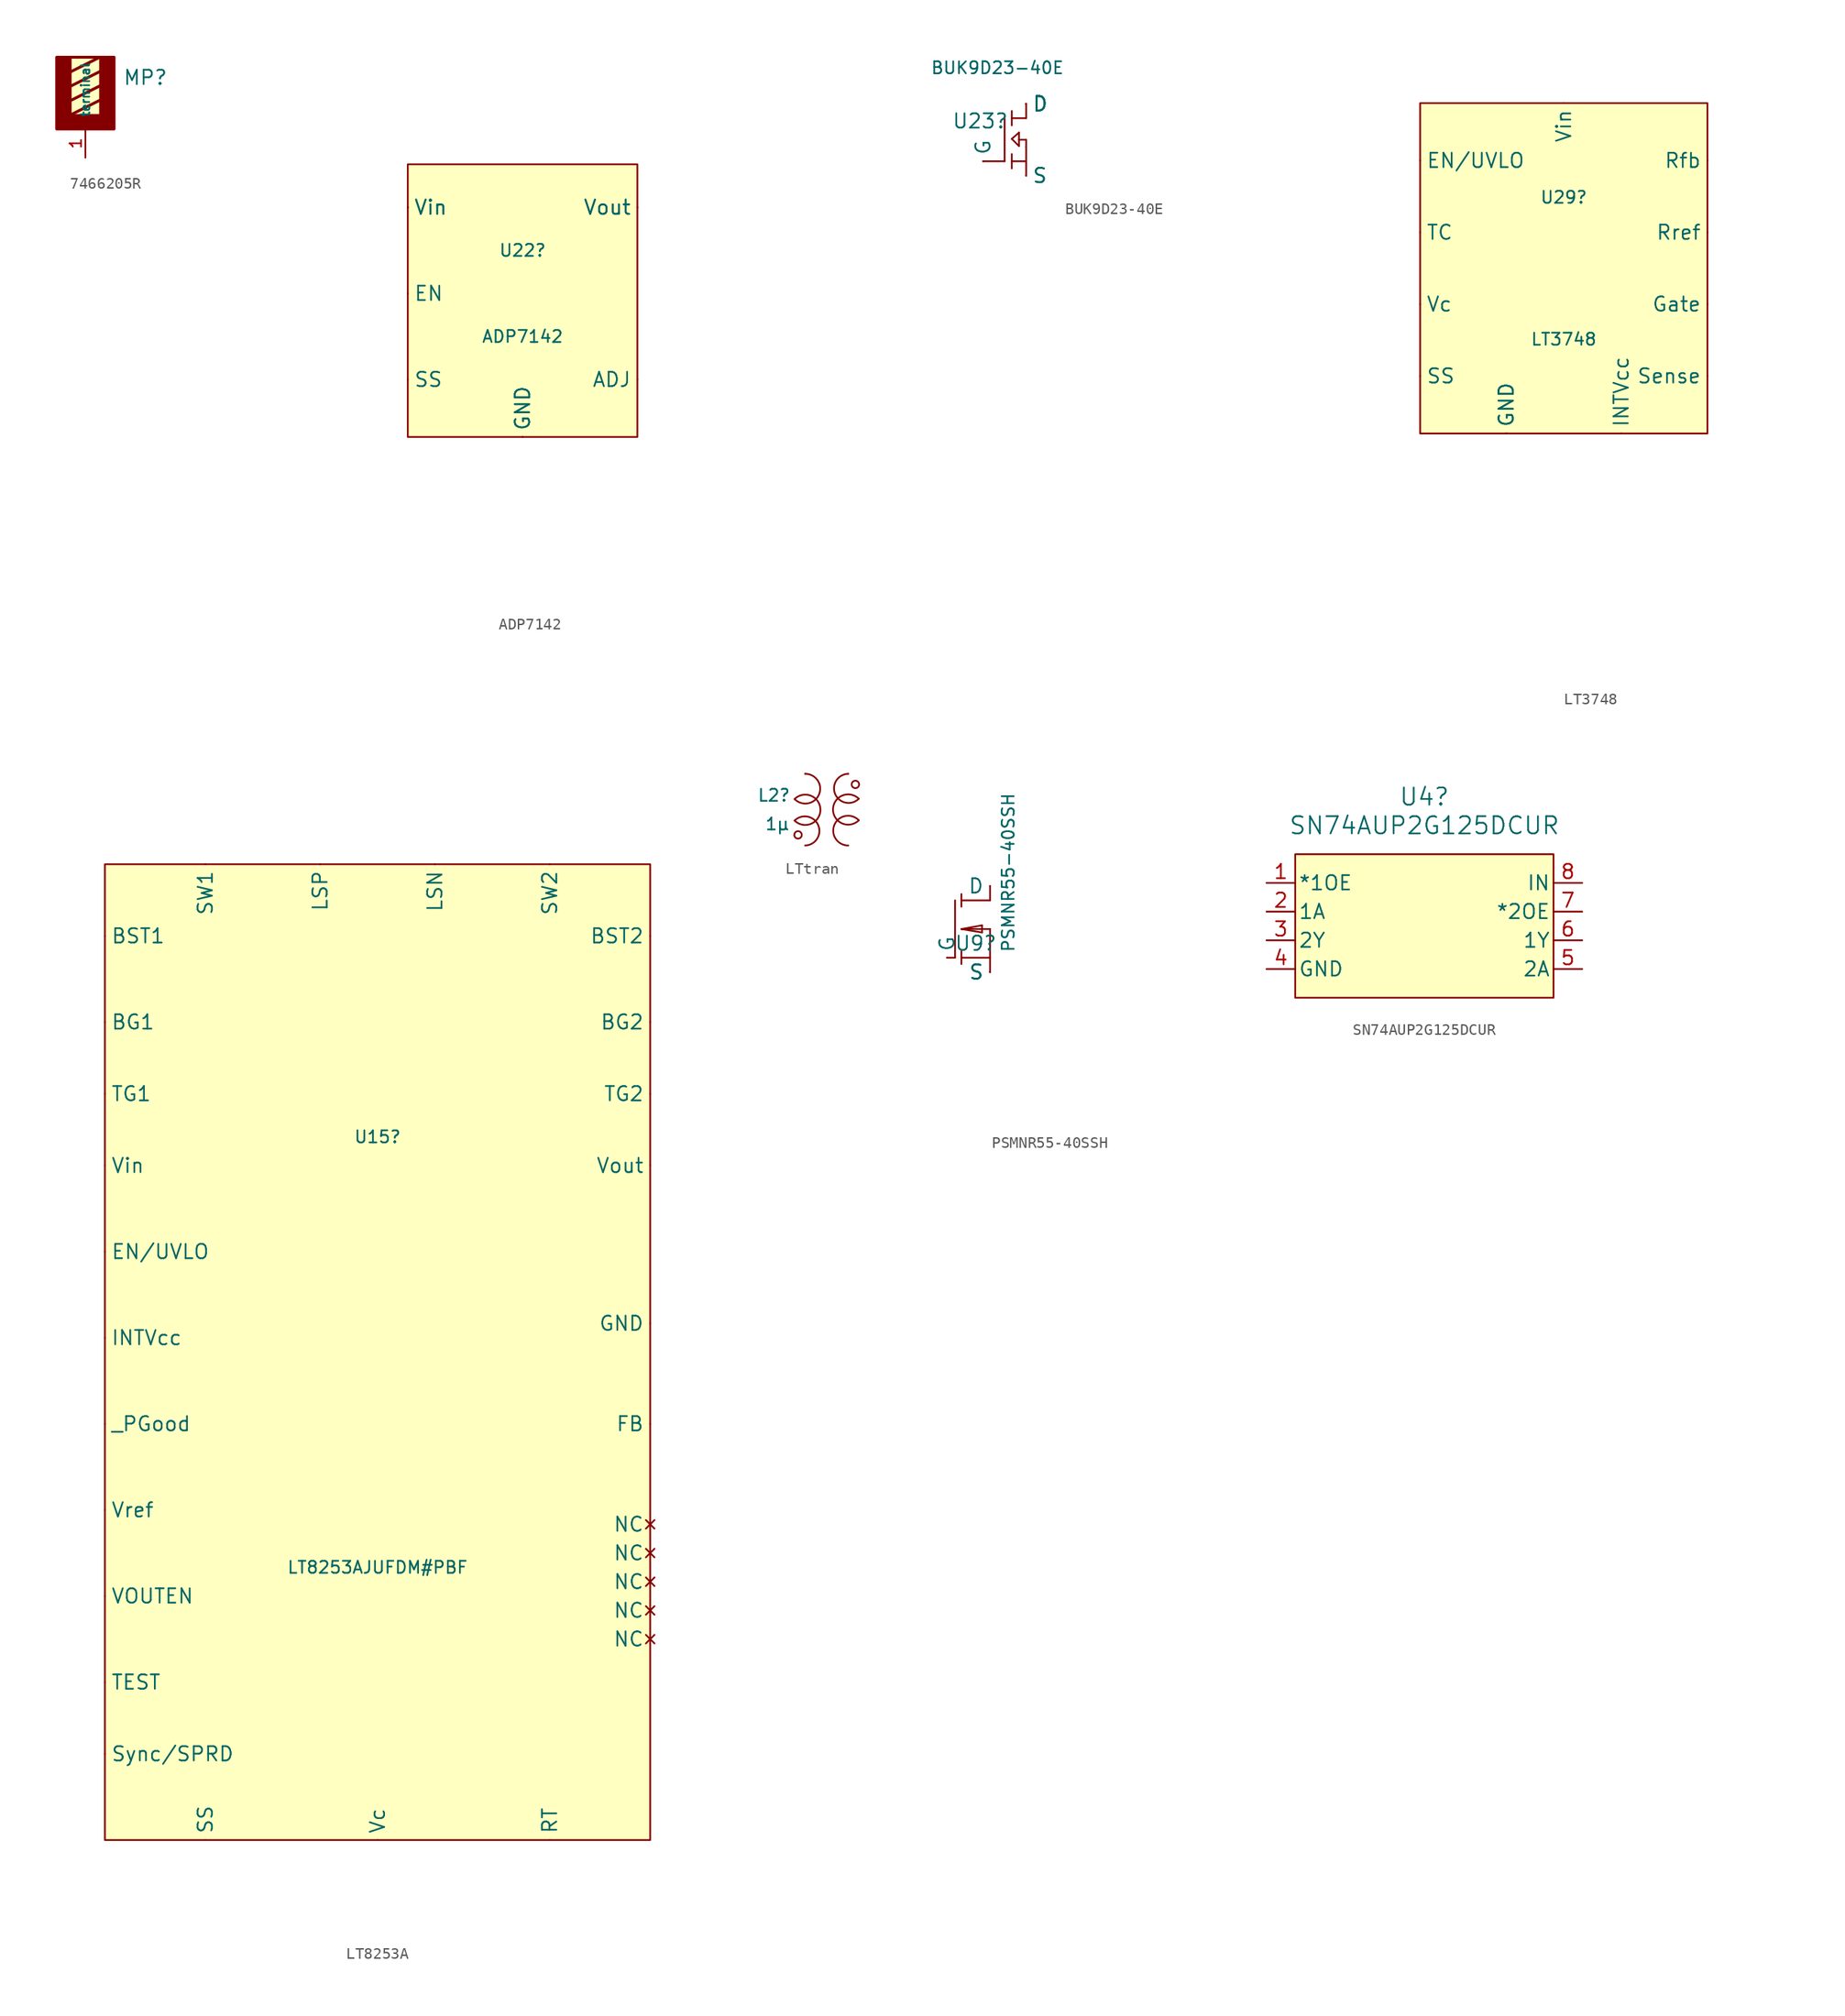
<source format=kicad_sym>
(kicad_symbol_lib
  (version 20231120)
  (generator "kicad_symbol_editor")
  (generator_version "8.0")
  (symbol "7466205R"
    (pin_names
      (offset 1.016))
    (property "Reference" "MP"
      (at 3.302 1.27 0)
      (effects (font (size 1.27 1.27)) (justify left bottom)))
    (symbol "7466205R_0_0"
      (rectangle (start -2.54 -2.54) (end 2.54 -1.27) (stroke (width 0.1) (type default)) (fill (type outline)))
      (rectangle (start -2.54 -2.54) (end 2.54 3.81) (stroke (width 0.254) (type default)) (fill (type background)))
      (rectangle (start -2.54 -1.27) (end -1.27 3.81) (stroke (width 0.1) (type default)) (fill (type outline)))
      (polyline (pts (xy -1.27 2.54) (xy 1.27 3.81)) (stroke (width 0.254) (type default)) (fill (type none)))
      (polyline (pts (xy 1.27 0) (xy -1.27 -1.27)) (stroke (width 0.254) (type default)) (fill (type none)))
      (polyline (pts (xy 1.27 1.27) (xy -1.27 0)) (stroke (width 0.254) (type default)) (fill (type none)))
      (polyline (pts (xy 1.27 2.54) (xy -1.27 1.27)) (stroke (width 0.254) (type default)) (fill (type none)))
      (rectangle (start 1.27 -1.27) (end 2.54 3.81) (stroke (width 0.1) (type default)) (fill (type outline))))
    (symbol "7466205R_1_0"
      (pin passive line (at 0 -5.08 90) (length 2.54) (name "terminal" (effects (font (size 0.762 0.762)))) (number "1" (effects (font (size 1.016 1.016)))))))
  (symbol "ADP7142"
    (pin_numbers hide)
    (property "Reference" "U22"
      (at 0 3.81 0)
      (effects (font (size 1.067 1.067))))
    (property "Value" "ADP7142"
      (at 0 -3.81 0)
      (effects (font (size 1.067 1.067))))
    (symbol "ADP7142_1_0"
      (rectangle (start -10.16 11.43) (end 10.16 -12.7) (stroke (width 0.152) (type solid)) (fill (type background)))
      (pin passive line (at 10.16 7.62 180) (length 0.001) (name "Vout" (effects (font (size 1.27 1.27)))) (number "1" (effects (font (size 1.27 1.27)))))
      (pin passive line (at 10.16 7.62 180) (length 0.001) (name "Vout" (effects (font (size 1.27 1.27)))) (number "2" (effects (font (size 1.27 1.27)))))
      (pin passive line (at 10.16 -7.62 180) (length 0.001) (name "ADJ" (effects (font (size 1.27 1.27)))) (number "3" (effects (font (size 1.27 1.27)))))
      (pin passive line (at 0 -12.7 90) (length 0.001) (name "GND" (effects (font (size 1.27 1.27)))) (number "4" (effects (font (size 1.27 1.27)))))
      (pin passive line (at -10.16 0 0) (length 0.001) (name "EN" (effects (font (size 1.27 1.27)))) (number "5" (effects (font (size 1.27 1.27)))))
      (pin passive line (at -10.16 -7.62 0) (length 0.001) (name "SS" (effects (font (size 1.27 1.27)))) (number "6" (effects (font (size 1.27 1.27)))))
      (pin passive line (at -10.16 7.62 0) (length 0.001) (name "Vin" (effects (font (size 1.27 1.27)))) (number "7" (effects (font (size 1.27 1.27)))))
      (pin passive line (at -10.16 7.62 0) (length 0.001) (name "Vin" (effects (font (size 1.27 1.27)))) (number "8" (effects (font (size 1.27 1.27)))))
      (pin passive line (at 0 -12.7 90) (length 0.001) (name "GND" (effects (font (size 1.27 1.27)))) (number "9" (effects (font (size 1.27 1.27))))))
    (symbol "ADP7142_1_1"
      (text_box private "2 pins stacked GND\nOne is center pad (9)\n" (at 2.54 -15.24 0) (size 21.59 -8.89) (stroke (width 0) (type default)) (fill (type none)) (effects (font (size 1.27 1.27)) (justify left top)))
      (text_box private "2 pins stacked VIN\n" (at -22.86 17.78 0) (size 11.43 -7.62) (stroke (width 0) (type default)) (fill (type none)) (effects (font (size 1.27 1.27)) (justify left top)))
      (text_box private "2 pins stacked VOUT\n" (at 12.7 5.08 0) (size 11.43 -7.62) (stroke (width 0) (type default)) (fill (type none)) (effects (font (size 1.27 1.27)) (justify left top)))))
  (symbol "BUK9D23-40E"
    (pin_numbers hide)
    (property "Reference" "U23"
      (at -1.524 3.556 0)
      (effects (font (size 1.27 1.27))))
    (property "Value" "BUK9D23-40E"
      (at 0 8.89 0)
      (effects (font (size 1.067 1.067)) (justify top)))
    (symbol "BUK9D23-40E_0_0"
      (polyline (pts (xy 0.635 0) (xy -1.27 0)) (stroke (width 0.152) (type solid)) (fill (type none)))
      (polyline (pts (xy 0.635 0) (xy 0.635 3.81)) (stroke (width 0.152) (type solid)) (fill (type none)))
      (polyline (pts (xy 1.27 -0.635) (xy 1.27 0.635)) (stroke (width 0.152) (type solid)) (fill (type none)))
      (polyline (pts (xy 1.27 1.981) (xy 1.905 2.54)) (stroke (width 0.152) (type solid)) (fill (type none)))
      (polyline (pts (xy 1.27 3.175) (xy 1.27 4.445)) (stroke (width 0.152) (type solid)) (fill (type none)))
      (polyline (pts (xy 1.905 1.346) (xy 1.27 1.981)) (stroke (width 0.152) (type solid)) (fill (type none)))
      (polyline (pts (xy 1.905 2.54) (xy 1.905 1.346)) (stroke (width 0.152) (type solid)) (fill (type none)))
      (polyline (pts (xy 2.54 -1.27) (xy 2.54 1.27)) (stroke (width 0.152) (type solid)) (fill (type none)))
      (polyline (pts (xy 2.54 0) (xy 1.27 0)) (stroke (width 0.152) (type solid)) (fill (type none)))
      (polyline (pts (xy 2.54 1.27) (xy 2.54 1.905)) (stroke (width 0.152) (type solid)) (fill (type none)))
      (polyline (pts (xy 2.54 1.905) (xy 1.905 1.905)) (stroke (width 0.152) (type solid)) (fill (type none)))
      (polyline (pts (xy 2.54 3.81) (xy 1.27 3.81)) (stroke (width 0.152) (type solid)) (fill (type none)))
      (polyline (pts (xy 2.54 5.08) (xy 2.54 3.81)) (stroke (width 0.152) (type solid)) (fill (type none))))
    (symbol "BUK9D23-40E_1_0"
      (pin passive line (at 2.54 5.08 0) (length 0.001) (name "D" (effects (font (size 1.27 1.27)))) (number "1" (effects (font (size 1.27 1.27)))))
      (pin passive line (at 2.54 5.08 0) (length 0.001) (name "D" (effects (font (size 1.27 1.27)))) (number "2" (effects (font (size 1.27 1.27)))))
      (pin passive line (at -1.27 0 90) (length 0.001) (name "G" (effects (font (size 1.27 1.27)))) (number "3" (effects (font (size 1.27 1.27)))))
      (pin passive line (at 2.54 -1.27 0) (length 0.001) (name "S" (effects (font (size 1.27 1.27)))) (number "4" (effects (font (size 1.27 1.27)))))
      (pin passive line (at 2.54 5.08 0) (length 0.001) (name "D" (effects (font (size 1.27 1.27)))) (number "5" (effects (font (size 1.27 1.27)))))
      (pin passive line (at 2.54 5.08 0) (length 0.001) (name "D" (effects (font (size 1.27 1.27)))) (number "6" (effects (font (size 1.27 1.27)))))
      (pin passive line (at 2.54 5.08 0) (length 0.001) (name "D" (effects (font (size 1.27 1.27)))) (number "7" (effects (font (size 1.27 1.27)))))
      (pin passive line (at 2.54 -1.27 0) (length 0.001) (name "S" (effects (font (size 1.27 1.27)))) (number "8" (effects (font (size 1.27 1.27))))))
    (symbol "BUK9D23-40E_1_1"
      (text_box private "There are 8 pins.  They are stacked" (at 7.62 5.08 0) (size 19.05 -6.35) (stroke (width 0) (type default)) (fill (type none)) (effects (font (size 1.27 1.27)) (justify left top)))))
  (symbol "LT3748"
    (pin_numbers hide)
    (property "Reference" "U29"
      (at 0 5.639 0)
      (effects (font (size 1.067 1.067))))
    (property "Value" "LT3748"
      (at 0 -6.909 0)
      (effects (font (size 1.067 1.067))))
    (symbol "LT3748_1_0"
      (rectangle (start -12.7 13.97) (end 12.7 -15.24) (stroke (width 0.152) (type solid)) (fill (type background)))
      (pin passive line (at 0 13.97 270) (length 0.001) (name "Vin" (effects (font (size 1.27 1.27)))) (number "1" (effects (font (size 1.27 1.27)))))
      (pin passive line (at -12.7 -10.16 0) (length 0.001) (name "SS" (effects (font (size 1.27 1.27)))) (number "10" (effects (font (size 1.27 1.27)))))
      (pin passive line (at -12.7 -3.81 0) (length 0.001) (name "Vc" (effects (font (size 1.27 1.27)))) (number "11" (effects (font (size 1.27 1.27)))))
      (pin passive line (at -12.7 2.54 0) (length 0.001) (name "TC" (effects (font (size 1.27 1.27)))) (number "12" (effects (font (size 1.27 1.27)))))
      (pin passive line (at 12.7 2.54 180) (length 0.001) (name "Rref" (effects (font (size 1.27 1.27)))) (number "14" (effects (font (size 1.27 1.27)))))
      (pin passive line (at 12.7 8.89 180) (length 0.001) (name "Rfb" (effects (font (size 1.27 1.27)))) (number "16" (effects (font (size 1.27 1.27)))))
      (pin passive line (at -12.7 8.89 0) (length 0.001) (name "EN/UVLO" (effects (font (size 1.27 1.27)))) (number "3" (effects (font (size 1.27 1.27)))))
      (pin passive line (at 5.08 -15.24 90) (length 0.001) (name "INTVcc" (effects (font (size 1.27 1.27)))) (number "5" (effects (font (size 1.27 1.27)))))
      (pin passive line (at 12.7 -3.81 180) (length 0.001) (name "Gate" (effects (font (size 1.27 1.27)))) (number "6" (effects (font (size 1.27 1.27)))))
      (pin passive line (at 12.7 -10.16 180) (length 0.001) (name "Sense" (effects (font (size 1.27 1.27)))) (number "7" (effects (font (size 1.27 1.27)))))
      (pin passive line (at -5.08 -15.24 90) (length 0.001) (name "GND" (effects (font (size 1.27 1.27)))) (number "8" (effects (font (size 1.27 1.27)))))
      (pin passive line (at -5.08 -15.24 90) (length 0.001) (name "GND" (effects (font (size 1.27 1.27)))) (number "9" (effects (font (size 1.27 1.27))))))
    (symbol "LT3748_1_1"
      (text_box private "2 gnd pins stacked\n8 and 9" (at -11.43 -22.86 0) (size 29.21 -10.16) (stroke (width 0) (type default)) (fill (type none)) (effects (font (size 1.27 1.27)) (justify left top)))))
  (symbol "LT8253A"
    (pin_numbers hide)
    (property "Reference" "U15"
      (at 0 19.05 0)
      (effects (font (size 1.067 1.067))))
    (property "Value" "LT8253AJUFDM#PBF"
      (at 0 -19.05 0)
      (effects (font (size 1.067 1.067))))
    (symbol "LT8253A_1_0"
      (rectangle (start -24.13 43.18) (end 24.13 -43.18) (stroke (width 0.152) (type solid)) (fill (type background)))
      (pin passive line (at -24.13 22.86 0) (length 0.001) (name "TG1" (effects (font (size 1.27 1.27)))) (number "1" (effects (font (size 1.27 1.27)))))
      (pin no_connect line (at 24.13 -15.24 180) (length 0.001) (name "NC" (effects (font (size 1.27 1.27)))) (number "10" (effects (font (size 1.27 1.27)))))
      (pin no_connect line (at 24.13 -17.78 180) (length 0.001) (name "NC" (effects (font (size 1.27 1.27)))) (number "11" (effects (font (size 1.27 1.27)))))
      (pin no_connect line (at 24.13 -22.86 180) (length 0.001) (name "NC" (effects (font (size 1.27 1.27)))) (number "12" (effects (font (size 1.27 1.27)))))
      (pin no_connect line (at 24.13 -25.4 180) (length 0.001) (name "NC" (effects (font (size 1.27 1.27)))) (number "13" (effects (font (size 1.27 1.27)))))
      (pin passive line (at -24.13 -6.35 0) (length 0.001) (name "_PGood" (effects (font (size 1.27 1.27)))) (number "14" (effects (font (size 1.27 1.27)))))
      (pin passive line (at -15.24 -43.18 90) (length 0.001) (name "SS" (effects (font (size 1.27 1.27)))) (number "15" (effects (font (size 1.27 1.27)))))
      (pin passive line (at 24.13 -6.35 180) (length 0.001) (name "FB" (effects (font (size 1.27 1.27)))) (number "16" (effects (font (size 1.27 1.27)))))
      (pin passive line (at 0 -43.18 90) (length 0.001) (name "Vc" (effects (font (size 1.27 1.27)))) (number "17" (effects (font (size 1.27 1.27)))))
      (pin passive line (at 15.24 -43.18 90) (length 0.001) (name "RT" (effects (font (size 1.27 1.27)))) (number "18" (effects (font (size 1.27 1.27)))))
      (pin passive line (at -24.13 -35.56 0) (length 0.001) (name "Sync/SPRD" (effects (font (size 1.27 1.27)))) (number "19" (effects (font (size 1.27 1.27)))))
      (pin passive line (at -5.08 43.18 270) (length 0.001) (name "LSP" (effects (font (size 1.27 1.27)))) (number "2" (effects (font (size 1.27 1.27)))))
      (pin no_connect line (at 24.13 -20.32 180) (length 0.001) (name "NC" (effects (font (size 1.27 1.27)))) (number "20" (effects (font (size 1.27 1.27)))))
      (pin passive line (at 24.13 16.51 180) (length 0.001) (name "Vout" (effects (font (size 1.27 1.27)))) (number "21" (effects (font (size 1.27 1.27)))))
      (pin passive line (at 24.13 22.86 180) (length 0.001) (name "TG2" (effects (font (size 1.27 1.27)))) (number "22" (effects (font (size 1.27 1.27)))))
      (pin passive line (at 15.24 43.18 270) (length 0.001) (name "SW2" (effects (font (size 1.27 1.27)))) (number "23" (effects (font (size 1.27 1.27)))))
      (pin passive line (at 24.13 36.83 180) (length 0.001) (name "BST2" (effects (font (size 1.27 1.27)))) (number "24" (effects (font (size 1.27 1.27)))))
      (pin passive line (at 24.13 29.21 180) (length 0.001) (name "BG2" (effects (font (size 1.27 1.27)))) (number "25" (effects (font (size 1.27 1.27)))))
      (pin passive line (at -24.13 29.21 0) (length 0.001) (name "BG1" (effects (font (size 1.27 1.27)))) (number "26" (effects (font (size 1.27 1.27)))))
      (pin passive line (at -24.13 36.83 0) (length 0.001) (name "BST1" (effects (font (size 1.27 1.27)))) (number "27" (effects (font (size 1.27 1.27)))))
      (pin passive line (at -15.24 43.18 270) (length 0.001) (name "SW1" (effects (font (size 1.27 1.27)))) (number "28" (effects (font (size 1.27 1.27)))))
      (pin passive line (at 24.13 2.54 180) (length 0.001) (name "GND" (effects (font (size 1.27 1.27)))) (number "29" (effects (font (size 1.27 1.27)))))
      (pin passive line (at 5.08 43.18 270) (length 0.001) (name "LSN" (effects (font (size 1.27 1.27)))) (number "3" (effects (font (size 1.27 1.27)))))
      (pin passive line (at -24.13 16.51 0) (length 0.001) (name "Vin" (effects (font (size 1.27 1.27)))) (number "4" (effects (font (size 1.27 1.27)))))
      (pin passive line (at -24.13 1.27 0) (length 0.001) (name "INTVcc" (effects (font (size 1.27 1.27)))) (number "5" (effects (font (size 1.27 1.27)))))
      (pin passive line (at -24.13 8.89 0) (length 0.001) (name "EN/UVLO" (effects (font (size 1.27 1.27)))) (number "6" (effects (font (size 1.27 1.27)))))
      (pin passive line (at -24.13 -29.21 0) (length 0.001) (name "TEST" (effects (font (size 1.27 1.27)))) (number "7" (effects (font (size 1.27 1.27)))))
      (pin passive line (at -24.13 -21.59 0) (length 0.001) (name "VOUTEN" (effects (font (size 1.27 1.27)))) (number "8" (effects (font (size 1.27 1.27)))))
      (pin passive line (at -24.13 -13.97 0) (length 0.001) (name "Vref" (effects (font (size 1.27 1.27)))) (number "9" (effects (font (size 1.27 1.27)))))))
  (symbol "LTtran"
    (pin_numbers hide)
    (property "Reference" "L2"
      (at 0 -3.175 0)
      (effects (font (size 1.067 1.067)) (justify right)))
    (property "Value" "1µ"
      (at 0 -5.715 0)
      (effects (font (size 1.067 1.067)) (justify right)))
    (symbol "LTtran_0_0"
      (arc (start 0.3302 -5.4102) (mid 2.6171 -4.436) (end 0.3302 -3.5052) (stroke (width 0.1524) (type solid)) (fill (type none)))
      (arc (start 0.3302 -3.5052) (mid 2.518 -3.0472) (end 1.27 -1.27) (stroke (width 0.1524) (type solid)) (fill (type none)))
      (circle (center 0.635 -6.68) (radius 0.33) (stroke (width 0.152) (type solid)) (fill (type none)))
      (arc (start 1.27 -7.62) (mid 2.4433 -5.864) (end 0.3302 -5.4102) (stroke (width 0.1524) (type solid)) (fill (type none)))
      (arc (start 5.08 -1.27) (mid 3.9232 -3.0667) (end 6.0198 -3.4798) (stroke (width 0.1524) (type solid)) (fill (type none)))
      (circle (center 5.715 -2.21) (radius 0.33) (stroke (width 0.152) (type solid)) (fill (type none)))
      (arc (start 6.0198 -5.3848) (mid 3.8533 -5.7891) (end 5.08 -7.62) (stroke (width 0.1524) (type solid)) (fill (type none)))
      (arc (start 6.0198 -3.4798) (mid 3.7327 -4.4323) (end 6.0198 -5.3848) (stroke (width 0.1524) (type solid)) (fill (type none))))
    (symbol "LTtran_1_0"
      (pin passive line (at 1.27 -1.27 0) (length 0.001) (name "1" (effects (font (size 0 0)))) (number "1" (effects (font (size 1.27 1.27)))))
      (pin passive line (at 5.08 -7.62 180) (length 0.001) (name "2" (effects (font (size 0 0)))) (number "2" (effects (font (size 1.27 1.27)))))
      (pin passive line (at 5.08 -1.27 180) (length 0.001) (name "3" (effects (font (size 0 0)))) (number "3" (effects (font (size 1.27 1.27)))))
      (pin passive line (at 1.27 -7.62 0) (length 0.001) (name "4" (effects (font (size 0 0)))) (number "4" (effects (font (size 1.27 1.27)))))))
  (symbol "PSMNR55-40SSH"
    (pin_numbers hide)
    (property "Reference" "U9"
      (at 0 0 0)
      (effects (font (size 1.27 1.27))))
    (property "Value" "PSMNR55-40SSH"
      (at 3.505 6.274 90)
      (effects (font (size 1.067 1.067)) (justify bottom)))
    (symbol "PSMNR55-40SSH_0_0"
      (polyline (pts (xy -1.829 -1.27) (xy -2.54 -1.27)) (stroke (width 0.152) (type solid)) (fill (type none)))
      (polyline (pts (xy -1.829 3.81) (xy -1.829 -1.27)) (stroke (width 0.152) (type solid)) (fill (type none)))
      (polyline (pts (xy -1.27 -1.829) (xy -1.27 -0.711)) (stroke (width 0.152) (type solid)) (fill (type none)))
      (polyline (pts (xy -1.27 1.27) (xy 0.559 1.6)) (stroke (width 0.152) (type solid)) (fill (type none)))
      (polyline (pts (xy -1.27 3.251) (xy -1.27 4.369)) (stroke (width 0.152) (type solid)) (fill (type none)))
      (polyline (pts (xy 0.559 0.965) (xy -1.27 1.27)) (stroke (width 0.152) (type solid)) (fill (type none)))
      (polyline (pts (xy 0.559 1.6) (xy 0.559 0.965)) (stroke (width 0.152) (type solid)) (fill (type none)))
      (polyline (pts (xy 1.27 -1.27) (xy -1.27 -1.27)) (stroke (width 0.152) (type solid)) (fill (type none)))
      (polyline (pts (xy 1.27 -1.27) (xy 1.27 -2.54)) (stroke (width 0.152) (type solid)) (fill (type none)))
      (polyline (pts (xy 1.27 1.27) (xy -1.27 1.27)) (stroke (width 0.152) (type solid)) (fill (type none)))
      (polyline (pts (xy 1.27 1.27) (xy 1.27 -1.27)) (stroke (width 0.152) (type solid)) (fill (type none)))
      (polyline (pts (xy 1.27 3.81) (xy -1.27 3.81)) (stroke (width 0.152) (type solid)) (fill (type none)))
      (polyline (pts (xy 1.27 5.08) (xy 1.27 3.81)) (stroke (width 0.152) (type solid)) (fill (type none))))
    (symbol "PSMNR55-40SSH_1_0"
      (pin passive line (at -2.54 -1.27 90) (length 0.001) (name "G" (effects (font (size 1.27 1.27)))) (number "1" (effects (font (size 1.27 1.27)))))
      (pin passive line (at 1.27 -2.54 180) (length 0.001) (name "S" (effects (font (size 1.27 1.27)))) (number "2" (effects (font (size 1.27 1.27)))))
      (pin passive line (at 1.27 -2.54 180) (length 0.001) (name "S" (effects (font (size 1.27 1.27)))) (number "3" (effects (font (size 1.27 1.27)))))
      (pin passive line (at 1.27 -2.54 180) (length 0.001) (name "S" (effects (font (size 1.27 1.27)))) (number "4" (effects (font (size 1.27 1.27)))))
      (pin passive line (at 1.27 5.08 180) (length 0.001) (name "D" (effects (font (size 1.27 1.27)))) (number "5" (effects (font (size 1.27 1.27))))))
    (symbol "PSMNR55-40SSH_1_1"
      (text_box private "There are 3 Source pins stacked\n" (at -1.27 -6.35 0) (size 17.78 -7.62) (stroke (width 0) (type default)) (fill (type none)) (effects (font (size 1.27 1.27)) (justify left top)))))
  (symbol "SN74AUP2G125DCUR"
    (pin_names
      (offset 0.254))
    (property "Reference" "U4"
      (at 0 11.43 0)
      (effects (font (size 1.524 1.524))))
    (property "Value" "SN74AUP2G125DCUR"
      (at 0 8.89 0)
      (effects (font (size 1.524 1.524))))
    (property "ki_locked" ""
      (at 0 0 0)
      (effects (font (size 1.27 1.27))))
    (symbol "SN74AUP2G125DCUR_1_1"
      (rectangle (start -11.43 6.35) (end 11.43 -6.35) (stroke (width 0) (type default)) (fill (type background)))
      (pin input line (at -13.97 3.81 0) (length 2.54) (name "*1OE" (effects (font (size 1.27 1.27)))) (number "1" (effects (font (size 1.27 1.27)))))
      (pin input line (at -13.97 1.27 0) (length 2.54) (name "1A" (effects (font (size 1.27 1.27)))) (number "2" (effects (font (size 1.27 1.27)))))
      (pin output line (at -13.97 -1.27 0) (length 2.54) (name "2Y" (effects (font (size 1.27 1.27)))) (number "3" (effects (font (size 1.27 1.27)))))
      (pin power_in line (at -13.97 -3.81 0) (length 2.54) (name "GND" (effects (font (size 1.27 1.27)))) (number "4" (effects (font (size 1.27 1.27)))))
      (pin input line (at 13.97 -3.81 180) (length 2.54) (name "2A" (effects (font (size 1.27 1.27)))) (number "5" (effects (font (size 1.27 1.27)))))
      (pin output line (at 13.97 -1.27 180) (length 2.54) (name "1Y" (effects (font (size 1.27 1.27)))) (number "6" (effects (font (size 1.27 1.27)))))
      (pin input line (at 13.97 1.27 180) (length 2.54) (name "*2OE" (effects (font (size 1.27 1.27)))) (number "7" (effects (font (size 1.27 1.27)))))
      (pin passive line (at 13.97 3.81 180) (length 2.54) (name "IN" (effects (font (size 1.27 1.27)))) (number "8" (effects (font (size 1.27 1.27))))))))
</source>
